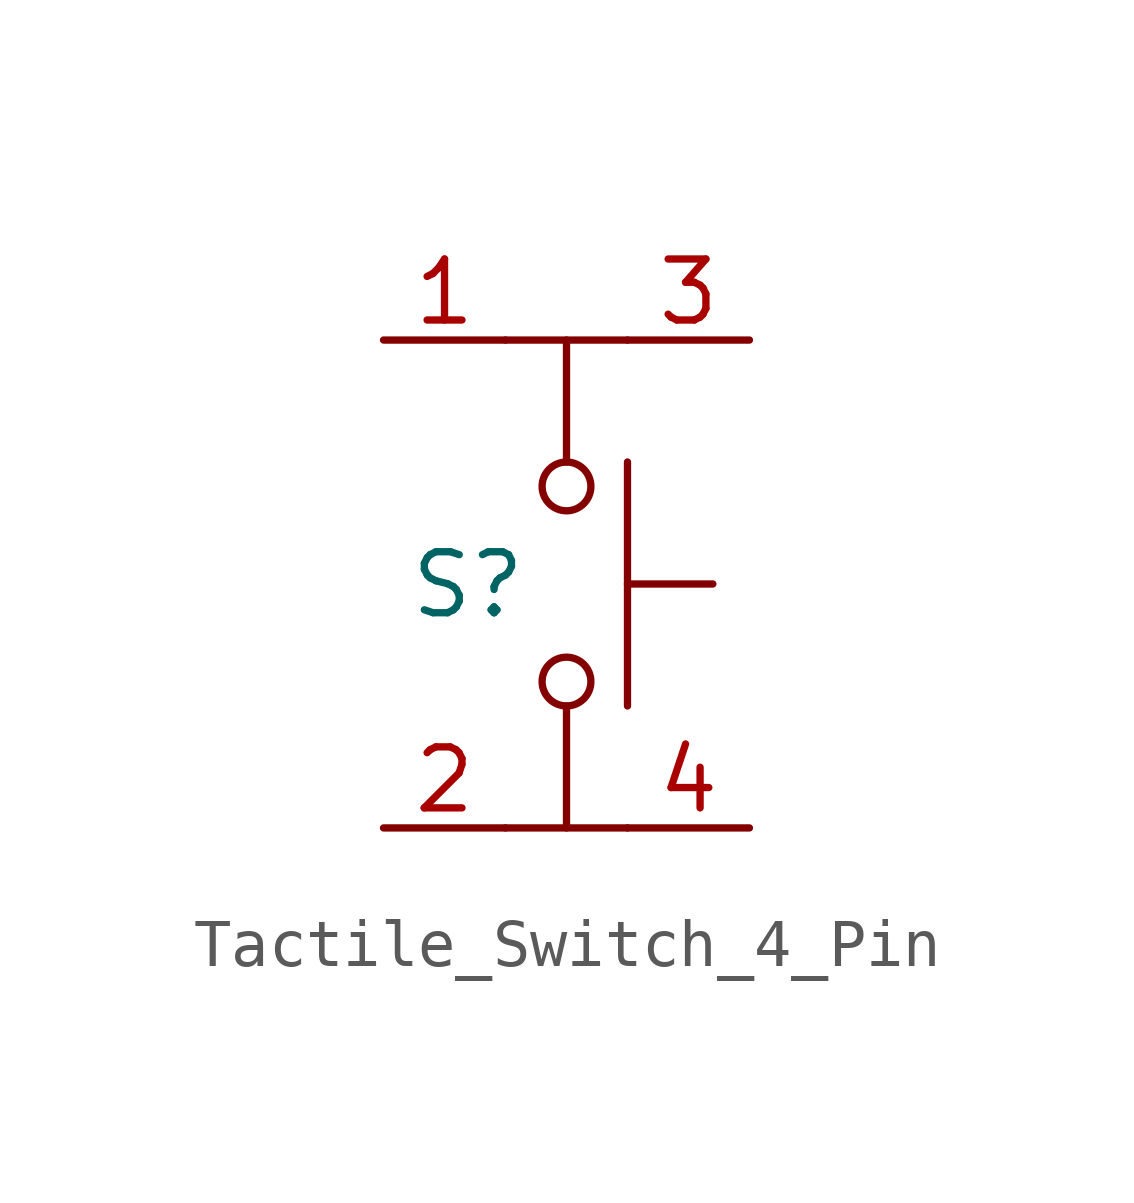
<source format=kicad_sym>
(kicad_symbol_lib
  (version 20241209)
  (generator "kicad_symbol_editor")
  (generator_version "9.0")
  (symbol "Tactile_Switch_4_Pin"
    (pin_names
      (offset 1.016))
    (property "Reference" "S"
      (at -3.302 -0.762 0)
      (do_not_autoplace)
      (effects (font (size 1.27 1.27)) (justify left bottom)))
    (symbol "Tactile_Switch_4_Pin_0_1"
      (polyline (pts (xy 0 2.54) (xy 0 5.08)) (stroke (width 0) (type default)) (fill (type none)))
      (circle (center 0 2.032) (radius 0.508) (stroke (width 0) (type default)) (fill (type none)))
      (circle (center 0 -2.032) (radius 0.508) (stroke (width 0) (type default)) (fill (type none)))
      (polyline (pts (xy 0 -2.54) (xy 0 -5.08)) (stroke (width 0) (type default)) (fill (type none)))
      (polyline (pts (xy 1.27 5.08) (xy -1.27 5.08)) (stroke (width 0) (type default)) (fill (type none)))
      (polyline (pts (xy 1.27 0) (xy 3.048 0)) (stroke (width 0) (type default)) (fill (type none)))
      (polyline (pts (xy 1.27 -2.54) (xy 1.27 2.54)) (stroke (width 0) (type default)) (fill (type none)))
      (polyline (pts (xy 1.27 -5.08) (xy -1.27 -5.08)) (stroke (width 0) (type default)) (fill (type none))))
    (symbol "Tactile_Switch_4_Pin_1_1"
      (pin passive line (at -3.81 5.08 0) (length 2.54) (name "" (effects (font (size 1.27 1.27)))) (number "1" (effects (font (size 1.27 1.27)))))
      (pin passive line (at -3.81 -5.08 0) (length 2.54) (name "" (effects (font (size 1.27 1.27)))) (number "2" (effects (font (size 1.27 1.27)))))
      (pin passive line (at 3.81 5.08 180) (length 2.54) (name "" (effects (font (size 1.27 1.27)))) (number "3" (effects (font (size 1.27 1.27)))))
      (pin passive line (at 3.81 -5.08 180) (length 2.54) (name "" (effects (font (size 1.27 1.27)))) (number "4" (effects (font (size 1.27 1.27))))))))
</source>
